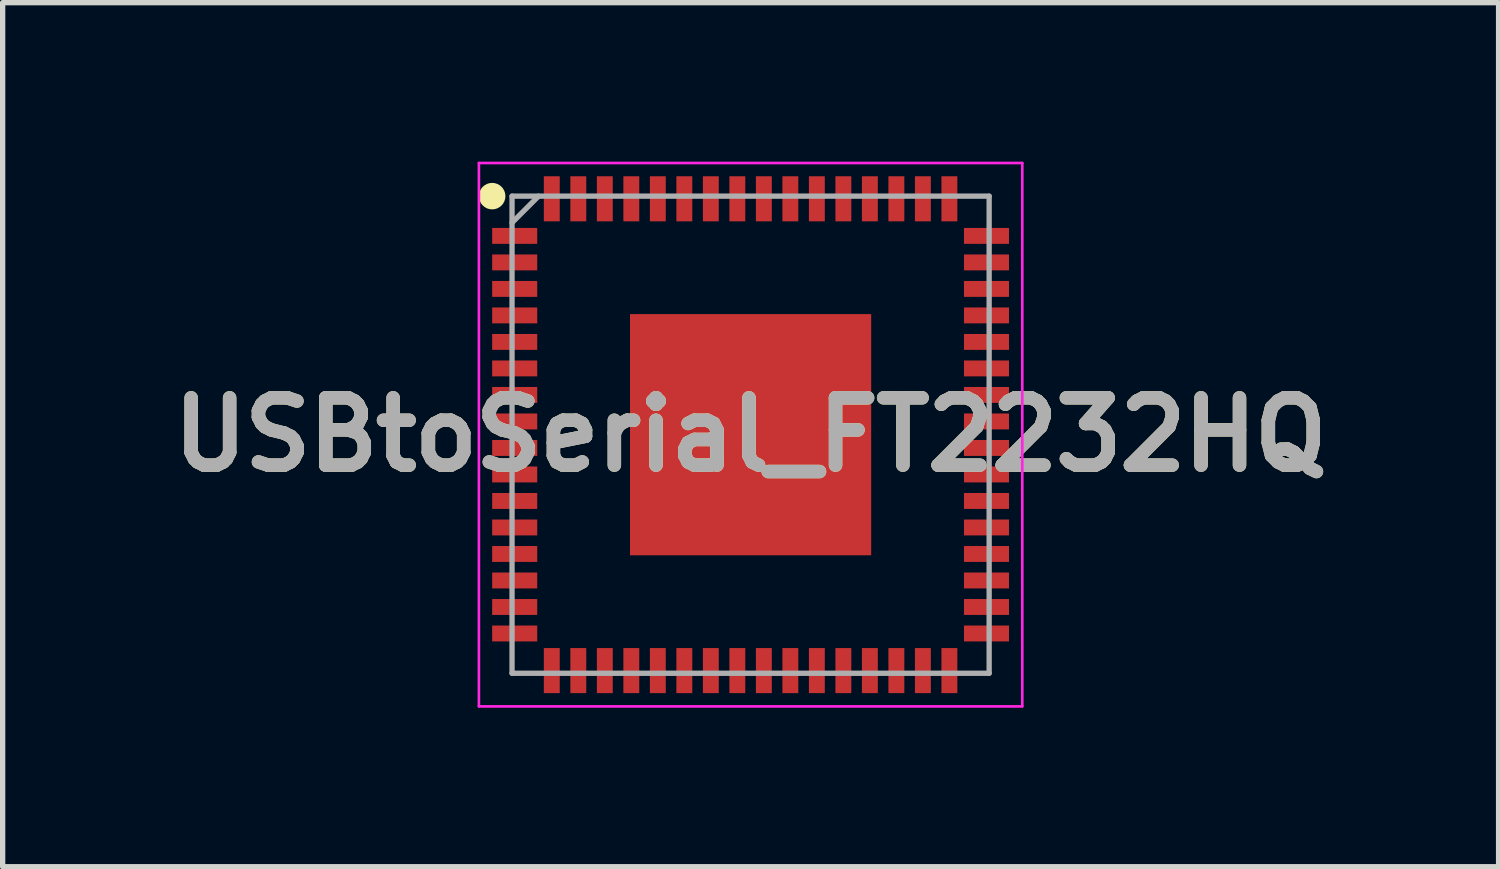
<source format=kicad_pcb>
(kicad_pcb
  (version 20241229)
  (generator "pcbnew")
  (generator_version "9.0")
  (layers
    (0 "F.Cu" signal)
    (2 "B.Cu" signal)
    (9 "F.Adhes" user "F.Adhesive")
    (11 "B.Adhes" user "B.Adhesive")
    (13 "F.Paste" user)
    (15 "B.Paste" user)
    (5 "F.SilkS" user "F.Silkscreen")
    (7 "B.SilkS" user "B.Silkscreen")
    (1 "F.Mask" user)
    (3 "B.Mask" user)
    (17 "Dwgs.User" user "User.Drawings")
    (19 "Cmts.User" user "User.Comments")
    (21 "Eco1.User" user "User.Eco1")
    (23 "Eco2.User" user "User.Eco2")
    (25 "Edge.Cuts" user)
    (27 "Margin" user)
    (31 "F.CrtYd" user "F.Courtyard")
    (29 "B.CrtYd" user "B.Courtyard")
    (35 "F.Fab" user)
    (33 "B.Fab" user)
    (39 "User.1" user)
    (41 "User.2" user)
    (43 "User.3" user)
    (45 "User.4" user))
  (footprint "USBtoSerial_FT2232HQ"
    (layer "F.Cu")
    (at 11.109 5.15)
    (property "Reference" "USBtoSerial_FT2232HQ" (at 0 0 0) (layer "F.SilkS") (effects (font (size 1.27 1.27) (thickness 0.254))))
    (attr smd)
    (fp_circle (center -4.875 -4.5) (end -4.875 -4.375) (stroke (width 0.25) (type solid)) (fill no) (layer "F.SilkS"))
    (fp_line (start -5.125 -5.125) (end 5.125 -5.125) (stroke (width 0.05) (type solid)) (layer "F.CrtYd"))
    (fp_line (start -5.125 5.125) (end -5.125 -5.125) (stroke (width 0.05) (type solid)) (layer "F.CrtYd"))
    (fp_line (start 5.125 -5.125) (end 5.125 5.125) (stroke (width 0.05) (type solid)) (layer "F.CrtYd"))
    (fp_line (start 5.125 5.125) (end -5.125 5.125) (stroke (width 0.05) (type solid)) (layer "F.CrtYd"))
    (fp_line (start -4.5 -4.5) (end 4.5 -4.5) (stroke (width 0.1) (type solid)) (layer "F.Fab"))
    (fp_line (start -4.5 -4) (end -4 -4.5) (stroke (width 0.1) (type solid)) (layer "F.Fab"))
    (fp_line (start -4.5 4.5) (end -4.5 -4.5) (stroke (width 0.1) (type solid)) (layer "F.Fab"))
    (fp_line (start 4.5 -4.5) (end 4.5 4.5) (stroke (width 0.1) (type solid)) (layer "F.Fab"))
    (fp_line (start 4.5 4.5) (end -4.5 4.5) (stroke (width 0.1) (type solid)) (layer "F.Fab"))
    (fp_text user "${REFERENCE}" (at 0 0 0) (layer "F.Fab") (effects (font (size 1.27 1.27) (thickness 0.254))))
    (pad "1" smd rect (at -4.45 -3.75 90) (size 0.3 0.85) (layers "F.Cu" "F.Mask" "F.Paste"))
    (pad "2" smd rect (at -4.45 -3.25 90) (size 0.3 0.85) (layers "F.Cu" "F.Mask" "F.Paste"))
    (pad "3" smd rect (at -4.45 -2.75 90) (size 0.3 0.85) (layers "F.Cu" "F.Mask" "F.Paste"))
    (pad "4" smd rect (at -4.45 -2.25 90) (size 0.3 0.85) (layers "F.Cu" "F.Mask" "F.Paste"))
    (pad "5" smd rect (at -4.45 -1.75 90) (size 0.3 0.85) (layers "F.Cu" "F.Mask" "F.Paste"))
    (pad "6" smd rect (at -4.45 -1.25 90) (size 0.3 0.85) (layers "F.Cu" "F.Mask" "F.Paste"))
    (pad "7" smd rect (at -4.45 -0.75 90) (size 0.3 0.85) (layers "F.Cu" "F.Mask" "F.Paste"))
    (pad "8" smd rect (at -4.45 -0.25 90) (size 0.3 0.85) (layers "F.Cu" "F.Mask" "F.Paste"))
    (pad "9" smd rect (at -4.45 0.25 90) (size 0.3 0.85) (layers "F.Cu" "F.Mask" "F.Paste"))
    (pad "10" smd rect (at -4.45 0.75 90) (size 0.3 0.85) (layers "F.Cu" "F.Mask" "F.Paste"))
    (pad "11" smd rect (at -4.45 1.25 90) (size 0.3 0.85) (layers "F.Cu" "F.Mask" "F.Paste"))
    (pad "12" smd rect (at -4.45 1.75 90) (size 0.3 0.85) (layers "F.Cu" "F.Mask" "F.Paste"))
    (pad "13" smd rect (at -4.45 2.25 90) (size 0.3 0.85) (layers "F.Cu" "F.Mask" "F.Paste"))
    (pad "14" smd rect (at -4.45 2.75 90) (size 0.3 0.85) (layers "F.Cu" "F.Mask" "F.Paste"))
    (pad "15" smd rect (at -4.45 3.25 90) (size 0.3 0.85) (layers "F.Cu" "F.Mask" "F.Paste"))
    (pad "16" smd rect (at -4.45 3.75 90) (size 0.3 0.85) (layers "F.Cu" "F.Mask" "F.Paste"))
    (pad "17" smd rect (at -3.75 4.45) (size 0.3 0.85) (layers "F.Cu" "F.Mask" "F.Paste"))
    (pad "18" smd rect (at -3.25 4.45) (size 0.3 0.85) (layers "F.Cu" "F.Mask" "F.Paste"))
    (pad "19" smd rect (at -2.75 4.45) (size 0.3 0.85) (layers "F.Cu" "F.Mask" "F.Paste"))
    (pad "20" smd rect (at -2.25 4.45) (size 0.3 0.85) (layers "F.Cu" "F.Mask" "F.Paste"))
    (pad "21" smd rect (at -1.75 4.45) (size 0.3 0.85) (layers "F.Cu" "F.Mask" "F.Paste"))
    (pad "22" smd rect (at -1.25 4.45) (size 0.3 0.85) (layers "F.Cu" "F.Mask" "F.Paste"))
    (pad "23" smd rect (at -0.75 4.45) (size 0.3 0.85) (layers "F.Cu" "F.Mask" "F.Paste"))
    (pad "24" smd rect (at -0.25 4.45) (size 0.3 0.85) (layers "F.Cu" "F.Mask" "F.Paste"))
    (pad "25" smd rect (at 0.25 4.45) (size 0.3 0.85) (layers "F.Cu" "F.Mask" "F.Paste"))
    (pad "26" smd rect (at 0.75 4.45) (size 0.3 0.85) (layers "F.Cu" "F.Mask" "F.Paste"))
    (pad "27" smd rect (at 1.25 4.45) (size 0.3 0.85) (layers "F.Cu" "F.Mask" "F.Paste"))
    (pad "28" smd rect (at 1.75 4.45) (size 0.3 0.85) (layers "F.Cu" "F.Mask" "F.Paste"))
    (pad "29" smd rect (at 2.25 4.45) (size 0.3 0.85) (layers "F.Cu" "F.Mask" "F.Paste"))
    (pad "30" smd rect (at 2.75 4.45) (size 0.3 0.85) (layers "F.Cu" "F.Mask" "F.Paste"))
    (pad "31" smd rect (at 3.25 4.45) (size 0.3 0.85) (layers "F.Cu" "F.Mask" "F.Paste"))
    (pad "32" smd rect (at 3.75 4.45) (size 0.3 0.85) (layers "F.Cu" "F.Mask" "F.Paste"))
    (pad "33" smd rect (at 4.45 3.75 90) (size 0.3 0.85) (layers "F.Cu" "F.Mask" "F.Paste"))
    (pad "34" smd rect (at 4.45 3.25 90) (size 0.3 0.85) (layers "F.Cu" "F.Mask" "F.Paste"))
    (pad "35" smd rect (at 4.45 2.75 90) (size 0.3 0.85) (layers "F.Cu" "F.Mask" "F.Paste"))
    (pad "36" smd rect (at 4.45 2.25 90) (size 0.3 0.85) (layers "F.Cu" "F.Mask" "F.Paste"))
    (pad "37" smd rect (at 4.45 1.75 90) (size 0.3 0.85) (layers "F.Cu" "F.Mask" "F.Paste"))
    (pad "38" smd rect (at 4.45 1.25 90) (size 0.3 0.85) (layers "F.Cu" "F.Mask" "F.Paste"))
    (pad "39" smd rect (at 4.45 0.75 90) (size 0.3 0.85) (layers "F.Cu" "F.Mask" "F.Paste"))
    (pad "40" smd rect (at 4.45 0.25 90) (size 0.3 0.85) (layers "F.Cu" "F.Mask" "F.Paste"))
    (pad "41" smd rect (at 4.45 -0.25 90) (size 0.3 0.85) (layers "F.Cu" "F.Mask" "F.Paste"))
    (pad "42" smd rect (at 4.45 -0.75 90) (size 0.3 0.85) (layers "F.Cu" "F.Mask" "F.Paste"))
    (pad "43" smd rect (at 4.45 -1.25 90) (size 0.3 0.85) (layers "F.Cu" "F.Mask" "F.Paste"))
    (pad "44" smd rect (at 4.45 -1.75 90) (size 0.3 0.85) (layers "F.Cu" "F.Mask" "F.Paste"))
    (pad "45" smd rect (at 4.45 -2.25 90) (size 0.3 0.85) (layers "F.Cu" "F.Mask" "F.Paste"))
    (pad "46" smd rect (at 4.45 -2.75 90) (size 0.3 0.85) (layers "F.Cu" "F.Mask" "F.Paste"))
    (pad "47" smd rect (at 4.45 -3.25 90) (size 0.3 0.85) (layers "F.Cu" "F.Mask" "F.Paste"))
    (pad "48" smd rect (at 4.45 -3.75 90) (size 0.3 0.85) (layers "F.Cu" "F.Mask" "F.Paste"))
    (pad "49" smd rect (at 3.75 -4.45) (size 0.3 0.85) (layers "F.Cu" "F.Mask" "F.Paste"))
    (pad "50" smd rect (at 3.25 -4.45) (size 0.3 0.85) (layers "F.Cu" "F.Mask" "F.Paste"))
    (pad "51" smd rect (at 2.75 -4.45) (size 0.3 0.85) (layers "F.Cu" "F.Mask" "F.Paste"))
    (pad "52" smd rect (at 2.25 -4.45) (size 0.3 0.85) (layers "F.Cu" "F.Mask" "F.Paste"))
    (pad "53" smd rect (at 1.75 -4.45) (size 0.3 0.85) (layers "F.Cu" "F.Mask" "F.Paste"))
    (pad "54" smd rect (at 1.25 -4.45) (size 0.3 0.85) (layers "F.Cu" "F.Mask" "F.Paste"))
    (pad "55" smd rect (at 0.75 -4.45) (size 0.3 0.85) (layers "F.Cu" "F.Mask" "F.Paste"))
    (pad "56" smd rect (at 0.25 -4.45) (size 0.3 0.85) (layers "F.Cu" "F.Mask" "F.Paste"))
    (pad "57" smd rect (at -0.25 -4.45) (size 0.3 0.85) (layers "F.Cu" "F.Mask" "F.Paste"))
    (pad "58" smd rect (at -0.75 -4.45) (size 0.3 0.85) (layers "F.Cu" "F.Mask" "F.Paste"))
    (pad "59" smd rect (at -1.25 -4.45) (size 0.3 0.85) (layers "F.Cu" "F.Mask" "F.Paste"))
    (pad "60" smd rect (at -1.75 -4.45) (size 0.3 0.85) (layers "F.Cu" "F.Mask" "F.Paste"))
    (pad "61" smd rect (at -2.25 -4.45) (size 0.3 0.85) (layers "F.Cu" "F.Mask" "F.Paste"))
    (pad "62" smd rect (at -2.75 -4.45) (size 0.3 0.85) (layers "F.Cu" "F.Mask" "F.Paste"))
    (pad "63" smd rect (at -3.25 -4.45) (size 0.3 0.85) (layers "F.Cu" "F.Mask" "F.Paste"))
    (pad "64" smd rect (at -3.75 -4.45) (size 0.3 0.85) (layers "F.Cu" "F.Mask" "F.Paste"))
    (pad "65" smd rect (at 0 0) (size 4.55 4.55) (layers "F.Cu" "F.Mask" "F.Paste")))
  (gr_rect
    (start -3 -3)
    (end 25.219 13.3)
    (stroke (width 0.1) (type default))
    (fill no)
    (layer "Edge.Cuts")))
</source>
